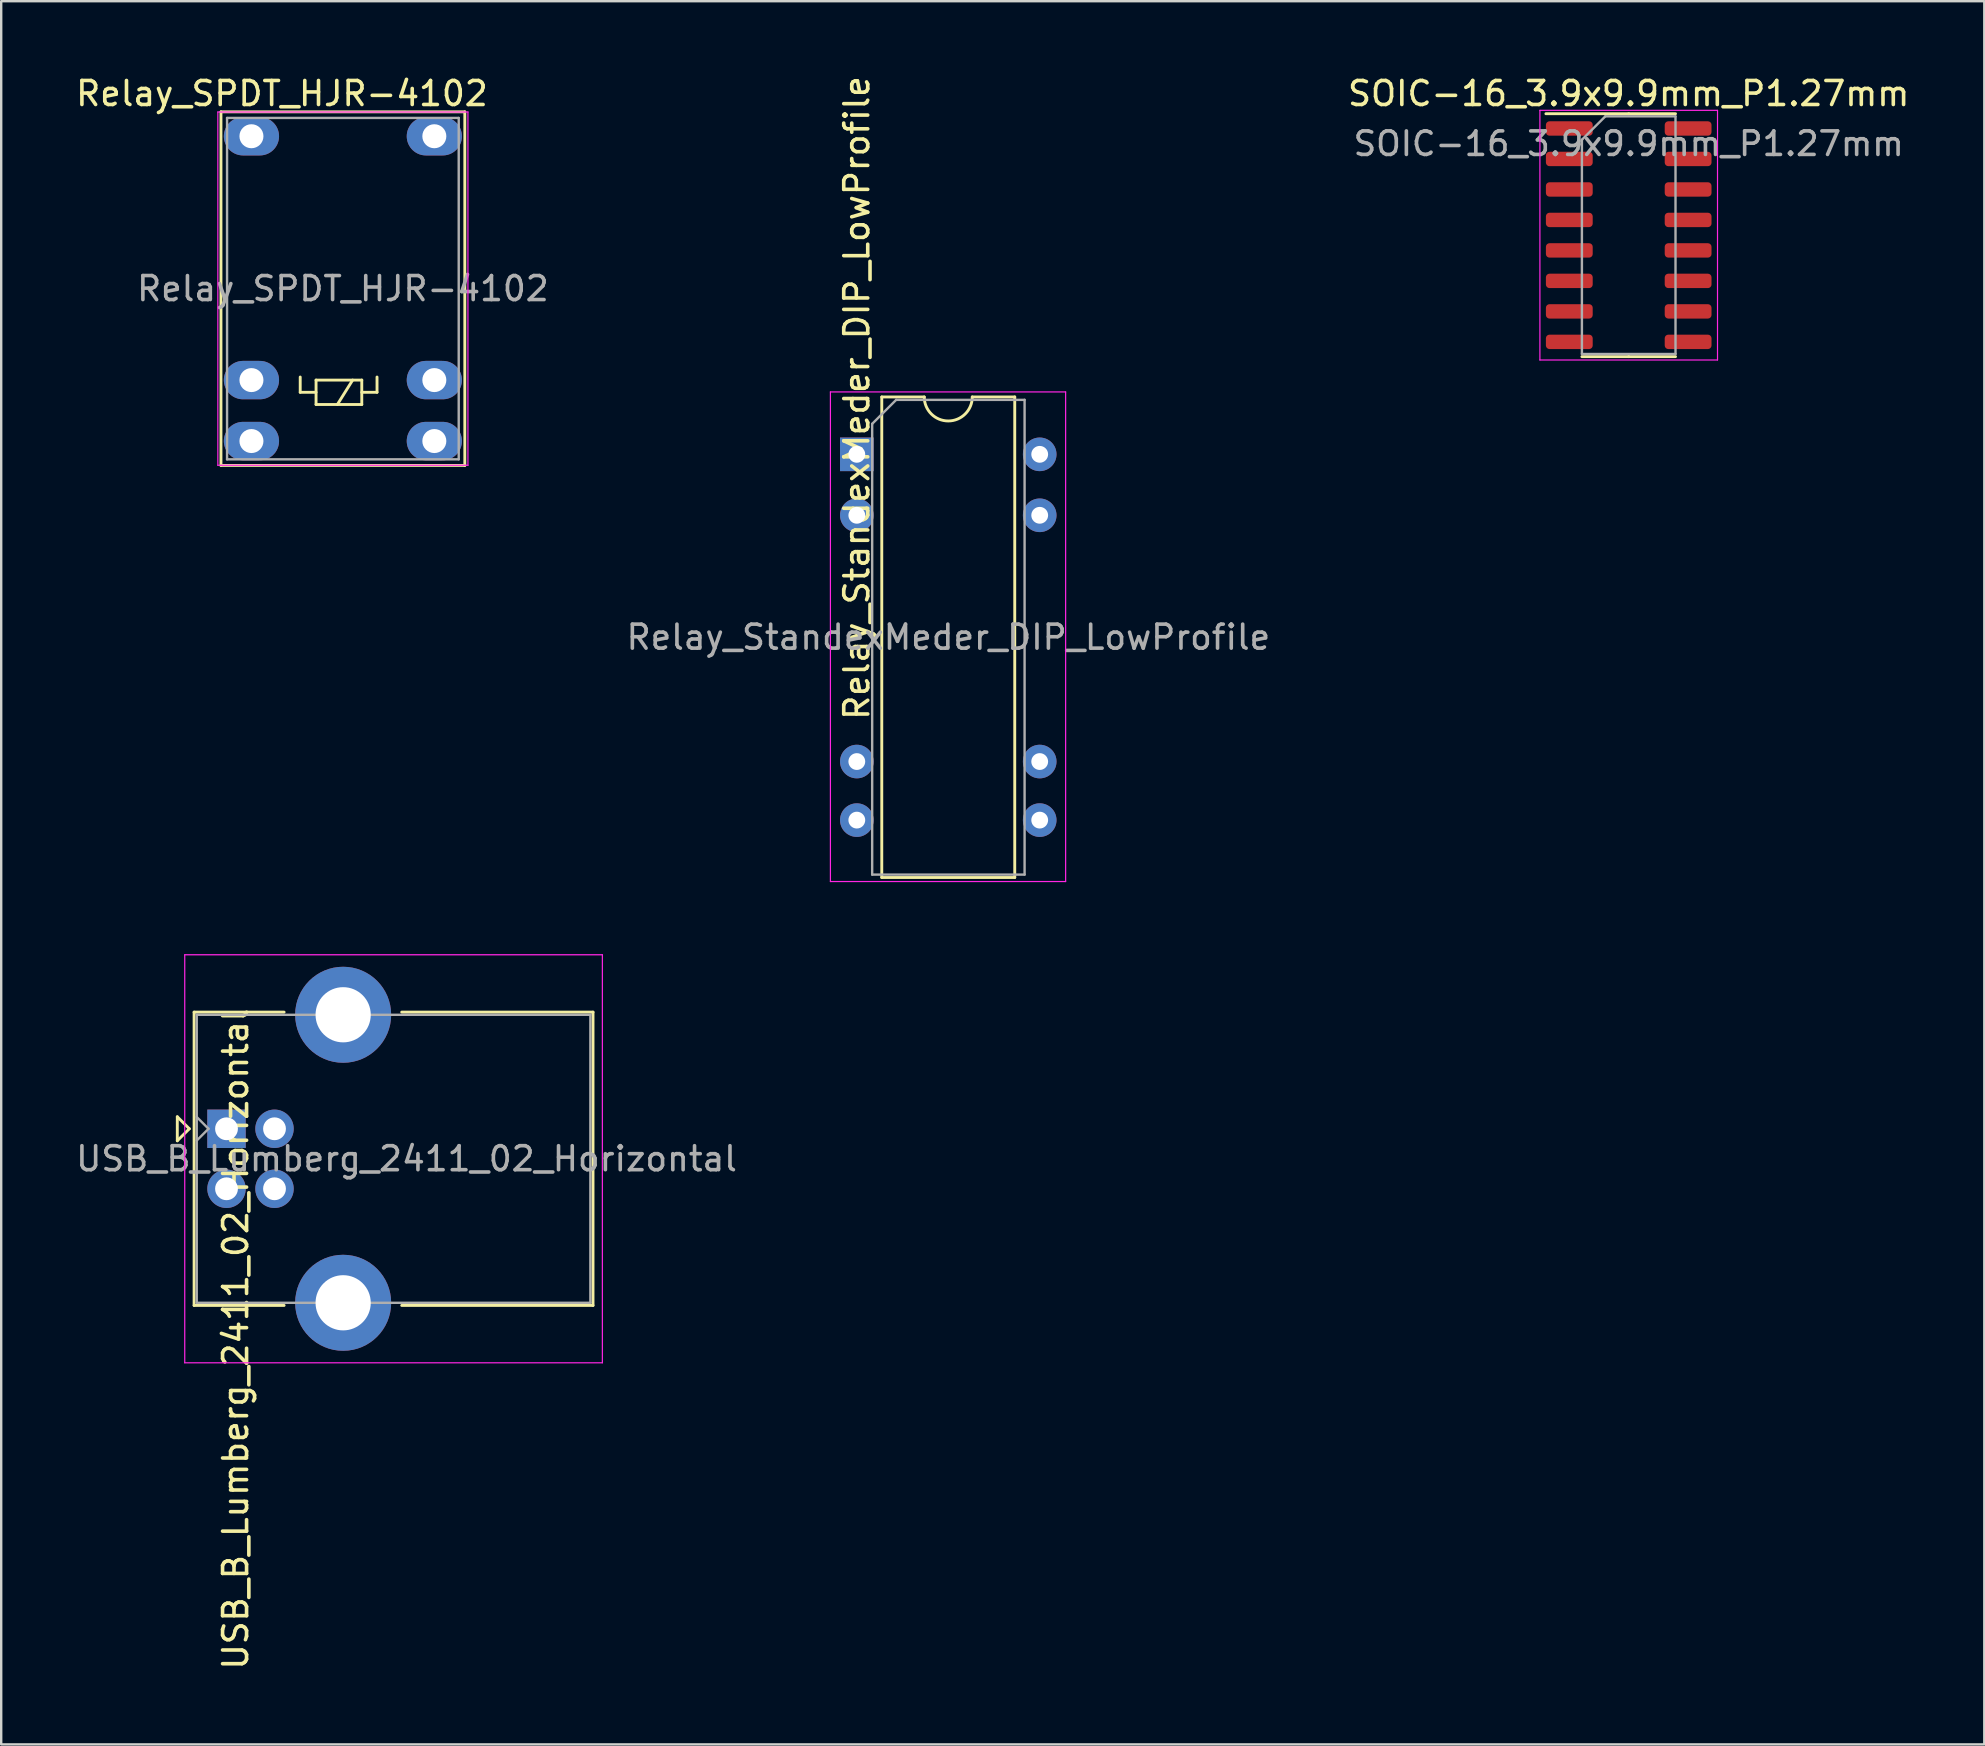
<source format=kicad_pcb>
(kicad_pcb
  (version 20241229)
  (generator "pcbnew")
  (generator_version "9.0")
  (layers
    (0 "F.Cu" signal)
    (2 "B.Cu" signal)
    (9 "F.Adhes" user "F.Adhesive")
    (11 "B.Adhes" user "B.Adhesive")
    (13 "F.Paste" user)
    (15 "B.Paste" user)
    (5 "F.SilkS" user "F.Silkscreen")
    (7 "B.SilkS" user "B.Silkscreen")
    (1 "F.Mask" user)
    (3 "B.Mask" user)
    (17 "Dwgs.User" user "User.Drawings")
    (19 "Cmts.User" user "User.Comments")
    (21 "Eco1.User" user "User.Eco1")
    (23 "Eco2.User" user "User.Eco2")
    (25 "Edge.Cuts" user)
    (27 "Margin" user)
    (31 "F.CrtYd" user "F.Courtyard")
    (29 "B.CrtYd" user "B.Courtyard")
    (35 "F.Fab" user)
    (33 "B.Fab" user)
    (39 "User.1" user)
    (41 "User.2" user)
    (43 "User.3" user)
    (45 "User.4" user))
  (footprint "USB_B_Lumberg_2411_02_Horizontal"
    (layer "F.Cu")
    (at 6.387 43.979)
    (property "Reference" "USB_B_Lumberg_2411_02_Horizontal" (at 0.381 8.763 90) (layer "F.SilkS") (effects (font (size 1 1) (thickness 0.15))))
    (attr through_hole)
    (fp_line (start -2.05 -0.5) (end -2.05 0.5) (stroke (width 0.12) (type solid)) (layer "F.SilkS"))
    (fp_line (start -2.05 0.5) (end -1.55 0) (stroke (width 0.12) (type solid)) (layer "F.SilkS"))
    (fp_line (start -1.55 0) (end -2.05 -0.5) (stroke (width 0.12) (type solid)) (layer "F.SilkS"))
    (fp_line (start -1.35 -4.86) (end 2.4 -4.86) (stroke (width 0.12) (type solid)) (layer "F.SilkS"))
    (fp_line (start -1.35 7.36) (end -1.35 -4.86) (stroke (width 0.12) (type solid)) (layer "F.SilkS"))
    (fp_line (start -1.35 7.36) (end 2.4 7.36) (stroke (width 0.12) (type solid)) (layer "F.SilkS"))
    (fp_line (start 15.27 -4.86) (end 7.3 -4.86) (stroke (width 0.12) (type solid)) (layer "F.SilkS"))
    (fp_line (start 15.27 7.36) (end 7.3 7.36) (stroke (width 0.12) (type solid)) (layer "F.SilkS"))
    (fp_line (start 15.27 7.36) (end 15.27 -4.86) (stroke (width 0.12) (type solid)) (layer "F.SilkS"))
    (fp_line (start -1.74 -7.25) (end -1.74 9.75) (stroke (width 0.05) (type solid)) (layer "F.CrtYd"))
    (fp_line (start -1.74 9.75) (end 15.66 9.75) (stroke (width 0.05) (type solid)) (layer "F.CrtYd"))
    (fp_line (start 15.66 -7.25) (end -1.74 -7.25) (stroke (width 0.05) (type solid)) (layer "F.CrtYd"))
    (fp_line (start 15.66 9.75) (end 15.66 -7.25) (stroke (width 0.05) (type solid)) (layer "F.CrtYd"))
    (fp_line (start -1.24 -4.75) (end 15.16 -4.75) (stroke (width 0.1) (type solid)) (layer "F.Fab"))
    (fp_line (start -1.24 0.49) (end -0.75 0) (stroke (width 0.1) (type solid)) (layer "F.Fab"))
    (fp_line (start -1.24 7.25) (end -1.24 -4.75) (stroke (width 0.1) (type solid)) (layer "F.Fab"))
    (fp_line (start -0.75 0) (end -1.24 -0.49) (stroke (width 0.1) (type solid)) (layer "F.Fab"))
    (fp_line (start 15.16 -4.75) (end 15.16 7.25) (stroke (width 0.1) (type solid)) (layer "F.Fab"))
    (fp_line (start 15.16 7.25) (end -1.24 7.25) (stroke (width 0.1) (type solid)) (layer "F.Fab"))
    (fp_text user "${REFERENCE}" (at 7.5 1.25 180) (layer "F.Fab") (effects (font (size 1 1) (thickness 0.15))))
    (pad "1" thru_hole rect (at 0 0 90) (size 1.6 1.6) (drill 0.95) (layers "*.Cu" "*.Mask"))
    (pad "2" thru_hole circle (at 0 2.5 90) (size 1.6 1.6) (drill 0.95) (layers "*.Cu" "*.Mask"))
    (pad "3" thru_hole circle (at 2 2.5 90) (size 1.6 1.6) (drill 0.95) (layers "*.Cu" "*.Mask"))
    (pad "4" thru_hole circle (at 2 0 90) (size 1.6 1.6) (drill 0.95) (layers "*.Cu" "*.Mask"))
    (pad "5" thru_hole circle (at 4.86 -4.75 90) (size 4 4) (drill 2.3) (layers "*.Cu" "*.Mask"))
    (pad "5" thru_hole circle (at 4.86 7.25 90) (size 4 4) (drill 2.3) (layers "*.Cu" "*.Mask")))
  (footprint "Relay_SPDT_HJR-4102"
    (layer "F.Cu")
    (at 7.426 2.626)
    (property "Reference" "Relay_SPDT_HJR-4102" (at 1.27 -1.778 180) (layer "F.SilkS") (effects (font (size 1 1) (thickness 0.15))))
    (attr through_hole)
    (fp_line (start -1.27 -1.016) (end 8.89 -1.016) (stroke (width 0.12) (type solid)) (layer "F.SilkS"))
    (fp_line (start -1.27 13.716) (end -1.27 -1.016) (stroke (width 0.12) (type solid)) (layer "F.SilkS"))
    (fp_line (start 2.032 10.033) (end 2.032 10.668) (stroke (width 0.12) (type solid)) (layer "F.SilkS"))
    (fp_line (start 2.032 10.668) (end 2.692 10.668) (stroke (width 0.12) (type solid)) (layer "F.SilkS"))
    (fp_line (start 2.692 10.16) (end 2.692 11.176) (stroke (width 0.12) (type solid)) (layer "F.SilkS"))
    (fp_line (start 2.692 11.176) (end 4.597 11.176) (stroke (width 0.12) (type solid)) (layer "F.SilkS"))
    (fp_line (start 4.216 10.16) (end 3.581 11.176) (stroke (width 0.12) (type solid)) (layer "F.SilkS"))
    (fp_line (start 4.597 10.16) (end 2.692 10.16) (stroke (width 0.12) (type solid)) (layer "F.SilkS"))
    (fp_line (start 4.597 10.16) (end 4.597 11.176) (stroke (width 0.12) (type solid)) (layer "F.SilkS"))
    (fp_line (start 5.232 10.033) (end 5.232 10.668) (stroke (width 0.12) (type solid)) (layer "F.SilkS"))
    (fp_line (start 5.232 10.668) (end 4.597 10.668) (stroke (width 0.12) (type solid)) (layer "F.SilkS"))
    (fp_line (start 8.89 -1.016) (end 8.89 13.716) (stroke (width 0.12) (type solid)) (layer "F.SilkS"))
    (fp_line (start 8.89 13.716) (end -1.27 13.716) (stroke (width 0.12) (type solid)) (layer "F.SilkS"))
    (fp_line (start -1.4 -1.01) (end 9.02 -1.01) (stroke (width 0.05) (type solid)) (layer "F.CrtYd"))
    (fp_line (start -1.4 13.71) (end -1.4 -1.01) (stroke (width 0.05) (type solid)) (layer "F.CrtYd"))
    (fp_line (start 9.02 -1.01) (end 9.02 13.71) (stroke (width 0.05) (type solid)) (layer "F.CrtYd"))
    (fp_line (start 9.02 13.71) (end -1.4 13.71) (stroke (width 0.05) (type solid)) (layer "F.CrtYd"))
    (fp_line (start -1.016 -0.762) (end 8.636 -0.762) (stroke (width 0.1) (type solid)) (layer "F.Fab"))
    (fp_line (start -1.016 13.462) (end -1.016 -0.762) (stroke (width 0.1) (type solid)) (layer "F.Fab"))
    (fp_line (start 8.636 -0.762) (end 8.636 13.462) (stroke (width 0.1) (type solid)) (layer "F.Fab"))
    (fp_line (start 8.636 13.462) (end -1.016 13.462) (stroke (width 0.1) (type solid)) (layer "F.Fab"))
    (fp_text user "${REFERENCE}" (at 3.81 6.35 180) (layer "F.Fab") (effects (font (size 1 1) (thickness 0.15))))
    (pad "1" thru_hole oval (at 0 0) (size 2.3 1.6) (drill 1) (layers "*.Cu" "*.Mask"))
    (pad "5" thru_hole oval (at 0 10.16) (size 2.3 1.6) (drill 1) (layers "*.Cu" "*.Mask"))
    (pad "6" thru_hole oval (at 0 12.7) (size 2.3 1.6) (drill 1) (layers "*.Cu" "*.Mask"))
    (pad "7" thru_hole oval (at 7.62 12.7) (size 2.3 1.6) (drill 1) (layers "*.Cu" "*.Mask"))
    (pad "8" thru_hole oval (at 7.62 10.16) (size 2.3 1.6) (drill 1) (layers "*.Cu" "*.Mask"))
    (pad "12" thru_hole oval (at 7.62 0) (size 2.3 1.6) (drill 1) (layers "*.Cu" "*.Mask")))
  (footprint "Relay_StandexMeder_DIP_LowProfile"
    (layer "F.Cu")
    (at 32.648 15.879)
    (property "Reference" "Relay_StandexMeder_DIP_LowProfile" (at 0 -2.349 90) (layer "F.SilkS") (effects (font (size 1 1) (thickness 0.15))))
    (attr through_hole)
    (fp_line (start 1.04 -2.39) (end 1.04 17.63) (stroke (width 0.12) (type solid)) (layer "F.SilkS"))
    (fp_line (start 1.04 17.63) (end 6.58 17.63) (stroke (width 0.12) (type solid)) (layer "F.SilkS"))
    (fp_line (start 2.81 -2.39) (end 1.04 -2.39) (stroke (width 0.12) (type solid)) (layer "F.SilkS"))
    (fp_line (start 6.58 -2.39) (end 4.81 -2.39) (stroke (width 0.12) (type solid)) (layer "F.SilkS"))
    (fp_line (start 6.58 17.63) (end 6.58 -2.39) (stroke (width 0.12) (type solid)) (layer "F.SilkS"))
    (fp_arc (start 4.81 -2.39) (mid 3.81 -1.39) (end 2.81 -2.39) (stroke (width 0.12) (type solid)) (layer "F.SilkS"))
    (fp_line (start -1.1 -2.6) (end -1.1 17.8) (stroke (width 0.05) (type solid)) (layer "F.CrtYd"))
    (fp_line (start -1.1 17.8) (end 8.7 17.8) (stroke (width 0.05) (type solid)) (layer "F.CrtYd"))
    (fp_line (start 8.7 -2.6) (end -1.1 -2.6) (stroke (width 0.05) (type solid)) (layer "F.CrtYd"))
    (fp_line (start 8.7 17.8) (end 8.7 -2.6) (stroke (width 0.05) (type solid)) (layer "F.CrtYd"))
    (fp_line (start 0.64 -1.27) (end 1.64 -2.27) (stroke (width 0.1) (type solid)) (layer "F.Fab"))
    (fp_line (start 0.64 17.51) (end 0.64 -1.27) (stroke (width 0.1) (type solid)) (layer "F.Fab"))
    (fp_line (start 1.64 -2.27) (end 6.99 -2.27) (stroke (width 0.1) (type solid)) (layer "F.Fab"))
    (fp_line (start 6.99 -2.27) (end 6.99 17.51) (stroke (width 0.1) (type solid)) (layer "F.Fab"))
    (fp_line (start 6.99 17.51) (end 0.64 17.51) (stroke (width 0.1) (type solid)) (layer "F.Fab"))
    (fp_text user "${REFERENCE}" (at 3.815 7.62 0) (layer "F.Fab") (effects (font (size 1 1) (thickness 0.15))))
    (pad "1" thru_hole rect (at 0 0) (size 1.4 1.4) (drill 0.7) (layers "*.Cu" "*.Mask"))
    (pad "2" thru_hole circle (at 0 2.54) (size 1.4 1.4) (drill 0.7) (layers "*.Cu" "*.Mask"))
    (pad "6" thru_hole circle (at 0 12.8) (size 1.4 1.4) (drill 0.7) (layers "*.Cu" "*.Mask"))
    (pad "7" thru_hole circle (at 0 15.24) (size 1.4 1.4) (drill 0.7) (layers "*.Cu" "*.Mask"))
    (pad "8" thru_hole circle (at 7.62 15.24) (size 1.4 1.4) (drill 0.7) (layers "*.Cu" "*.Mask"))
    (pad "9" thru_hole circle (at 7.62 12.8) (size 1.4 1.4) (drill 0.7) (layers "*.Cu" "*.Mask"))
    (pad "13" thru_hole circle (at 7.62 2.54) (size 1.4 1.4) (drill 0.7) (layers "*.Cu" "*.Mask"))
    (pad "14" thru_hole circle (at 7.62 0) (size 1.4 1.4) (drill 0.7) (layers "*.Cu" "*.Mask")))
  (footprint "SOIC-16_3.9x9.9mm_P1.27mm"
    (layer "F.Cu")
    (at 64.808 6.748)
    (property "Reference" "SOIC-16_3.9x9.9mm_P1.27mm" (at 0 -5.9 0) (layer "F.SilkS") (effects (font (size 1 1) (thickness 0.15))))
    (attr smd)
    (fp_line (start 0 -5.06) (end -3.45 -5.06) (stroke (width 0.12) (type solid)) (layer "F.SilkS"))
    (fp_line (start 0 -5.06) (end 1.95 -5.06) (stroke (width 0.12) (type solid)) (layer "F.SilkS"))
    (fp_line (start 0 5.06) (end -1.95 5.06) (stroke (width 0.12) (type solid)) (layer "F.SilkS"))
    (fp_line (start 0 5.06) (end 1.95 5.06) (stroke (width 0.12) (type solid)) (layer "F.SilkS"))
    (fp_line (start -3.7 -5.2) (end -3.7 5.2) (stroke (width 0.05) (type solid)) (layer "F.CrtYd"))
    (fp_line (start -3.7 5.2) (end 3.7 5.2) (stroke (width 0.05) (type solid)) (layer "F.CrtYd"))
    (fp_line (start 3.7 -5.2) (end -3.7 -5.2) (stroke (width 0.05) (type solid)) (layer "F.CrtYd"))
    (fp_line (start 3.7 5.2) (end 3.7 -5.2) (stroke (width 0.05) (type solid)) (layer "F.CrtYd"))
    (fp_line (start -1.95 -3.975) (end -0.975 -4.95) (stroke (width 0.1) (type solid)) (layer "F.Fab"))
    (fp_line (start -1.95 4.95) (end -1.95 -3.975) (stroke (width 0.1) (type solid)) (layer "F.Fab"))
    (fp_line (start -0.975 -4.95) (end 1.95 -4.95) (stroke (width 0.1) (type solid)) (layer "F.Fab"))
    (fp_line (start 1.95 -4.95) (end 1.95 4.95) (stroke (width 0.1) (type solid)) (layer "F.Fab"))
    (fp_line (start 1.95 4.95) (end -1.95 4.95) (stroke (width 0.1) (type solid)) (layer "F.Fab"))
    (fp_text user "${REFERENCE}" (at 0 -3.81 0) (layer "F.Fab") (effects (font (size 0.98 0.98) (thickness 0.15))))
    (pad "1" smd roundrect (at -2.475 -4.445) (size 1.95 0.6) (layers "F.Cu" "F.Mask" "F.Paste") (roundrect_rratio 0.25))
    (pad "2" smd roundrect (at -2.475 -3.175) (size 1.95 0.6) (layers "F.Cu" "F.Mask" "F.Paste") (roundrect_rratio 0.25))
    (pad "3" smd roundrect (at -2.475 -1.905) (size 1.95 0.6) (layers "F.Cu" "F.Mask" "F.Paste") (roundrect_rratio 0.25))
    (pad "4" smd roundrect (at -2.475 -0.635) (size 1.95 0.6) (layers "F.Cu" "F.Mask" "F.Paste") (roundrect_rratio 0.25))
    (pad "5" smd roundrect (at -2.475 0.635) (size 1.95 0.6) (layers "F.Cu" "F.Mask" "F.Paste") (roundrect_rratio 0.25))
    (pad "6" smd roundrect (at -2.475 1.905) (size 1.95 0.6) (layers "F.Cu" "F.Mask" "F.Paste") (roundrect_rratio 0.25))
    (pad "7" smd roundrect (at -2.475 3.175) (size 1.95 0.6) (layers "F.Cu" "F.Mask" "F.Paste") (roundrect_rratio 0.25))
    (pad "8" smd roundrect (at -2.475 4.445) (size 1.95 0.6) (layers "F.Cu" "F.Mask" "F.Paste") (roundrect_rratio 0.25))
    (pad "9" smd roundrect (at 2.475 4.445) (size 1.95 0.6) (layers "F.Cu" "F.Mask" "F.Paste") (roundrect_rratio 0.25))
    (pad "10" smd roundrect (at 2.475 3.175) (size 1.95 0.6) (layers "F.Cu" "F.Mask" "F.Paste") (roundrect_rratio 0.25))
    (pad "11" smd roundrect (at 2.475 1.905) (size 1.95 0.6) (layers "F.Cu" "F.Mask" "F.Paste") (roundrect_rratio 0.25))
    (pad "12" smd roundrect (at 2.475 0.635) (size 1.95 0.6) (layers "F.Cu" "F.Mask" "F.Paste") (roundrect_rratio 0.25))
    (pad "13" smd roundrect (at 2.475 -0.635) (size 1.95 0.6) (layers "F.Cu" "F.Mask" "F.Paste") (roundrect_rratio 0.25))
    (pad "14" smd roundrect (at 2.475 -1.905) (size 1.95 0.6) (layers "F.Cu" "F.Mask" "F.Paste") (roundrect_rratio 0.25))
    (pad "15" smd roundrect (at 2.475 -3.175) (size 1.95 0.6) (layers "F.Cu" "F.Mask" "F.Paste") (roundrect_rratio 0.25))
    (pad "16" smd roundrect (at 2.475 -4.445) (size 1.95 0.6) (layers "F.Cu" "F.Mask" "F.Paste") (roundrect_rratio 0.25)))
  (gr_rect
    (start -3 -3)
    (end 79.623 69.629)
    (stroke (width 0.1) (type default))
    (fill no)
    (layer "Edge.Cuts")))
</source>
